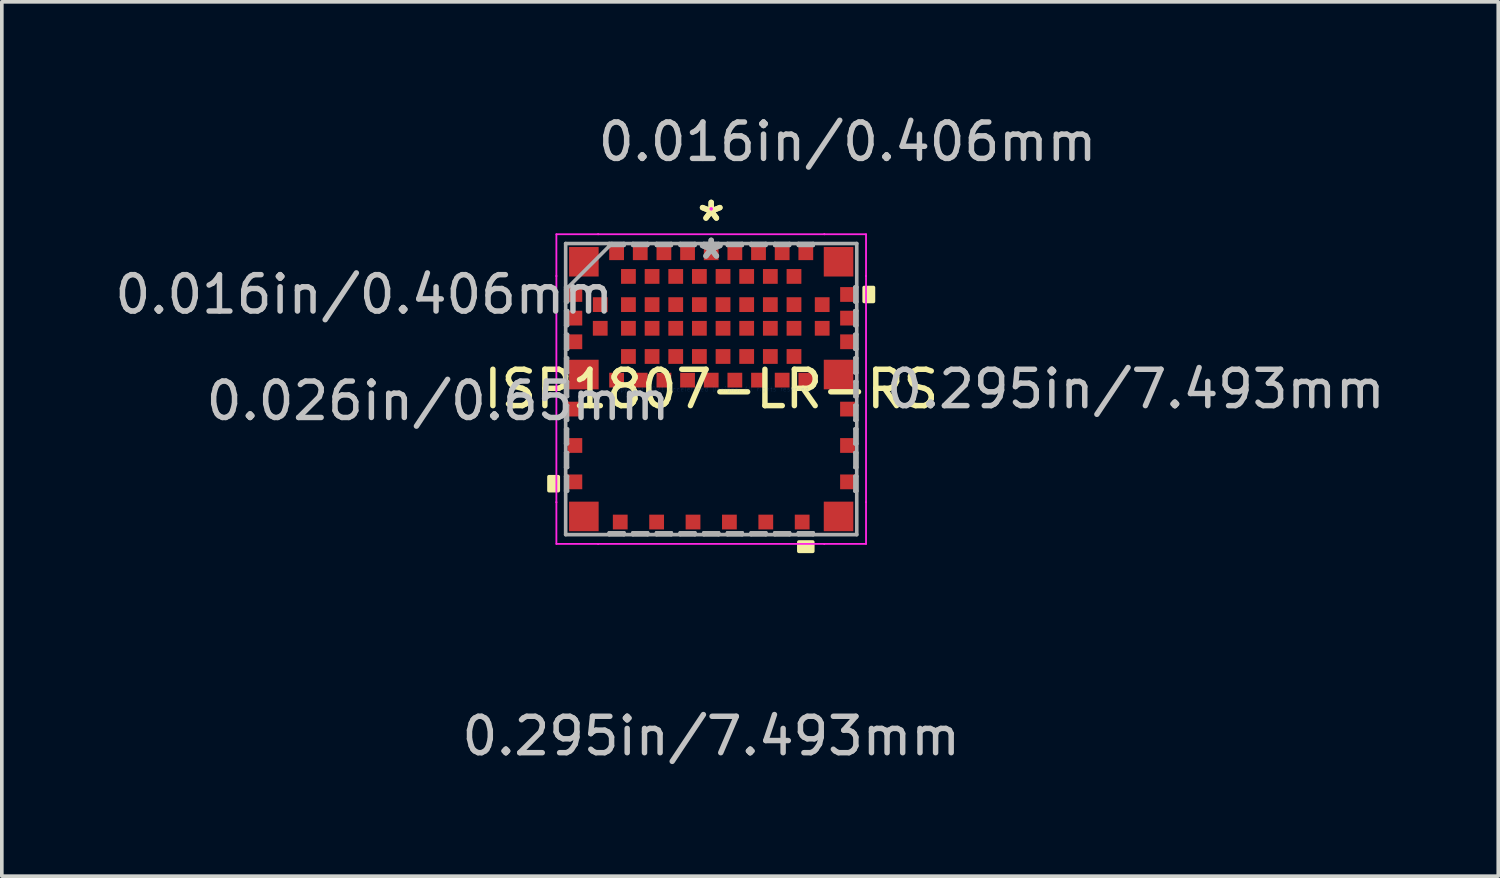
<source format=kicad_pcb>
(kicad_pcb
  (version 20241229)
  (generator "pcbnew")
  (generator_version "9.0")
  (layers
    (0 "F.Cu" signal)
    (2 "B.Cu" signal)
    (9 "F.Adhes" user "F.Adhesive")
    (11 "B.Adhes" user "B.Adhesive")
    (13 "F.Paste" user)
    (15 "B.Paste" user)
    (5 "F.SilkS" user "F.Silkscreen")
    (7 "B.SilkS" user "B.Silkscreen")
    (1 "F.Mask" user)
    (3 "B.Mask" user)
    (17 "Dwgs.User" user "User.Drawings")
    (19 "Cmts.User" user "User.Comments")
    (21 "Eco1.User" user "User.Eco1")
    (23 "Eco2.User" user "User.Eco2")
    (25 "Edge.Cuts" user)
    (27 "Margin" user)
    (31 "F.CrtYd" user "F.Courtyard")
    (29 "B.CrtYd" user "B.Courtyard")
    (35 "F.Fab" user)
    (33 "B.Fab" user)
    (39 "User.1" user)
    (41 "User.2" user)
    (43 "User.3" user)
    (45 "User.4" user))
  (footprint "ISP1807-LR-RS"
    (layer "F.Cu")
    (at 16.496 7.643)
    (property "Reference" "ISP1807-LR-RS" (at 0 0 0) (layer "F.SilkS") (effects (font (size 1 1) (thickness 0.15))))
    (attr through_hole)
    (fp_poly (pts (xy -4.458 2.409) (xy -4.458 2.791) (xy -4.204 2.791) (xy -4.204 2.409)) (stroke (width 0.1) (type solid)) (fill yes) (layer "F.SilkS"))
    (fp_poly (pts (xy 2.409 4.204) (xy 2.409 4.458) (xy 2.791 4.458) (xy 2.791 4.204)) (stroke (width 0.1) (type solid)) (fill yes) (layer "F.SilkS"))
    (fp_poly (pts (xy 4.458 -2.791) (xy 4.458 -2.409) (xy 4.204 -2.409) (xy 4.204 -2.791)) (stroke (width 0.1) (type solid)) (fill yes) (layer "F.SilkS"))
    (fp_line (start -4.255 -4.255) (end -3.108 -4.255) (stroke (width 0.05) (type solid)) (layer "F.CrtYd"))
    (fp_line (start -4.255 -3.108) (end -4.255 -4.255) (stroke (width 0.05) (type solid)) (layer "F.CrtYd"))
    (fp_line (start -4.255 -3.108) (end -4.255 -3.108) (stroke (width 0.05) (type solid)) (layer "F.CrtYd"))
    (fp_line (start -4.255 3.108) (end -4.255 -3.108) (stroke (width 0.05) (type solid)) (layer "F.CrtYd"))
    (fp_line (start -4.255 3.108) (end -4.255 3.108) (stroke (width 0.05) (type solid)) (layer "F.CrtYd"))
    (fp_line (start -4.255 4.255) (end -4.255 3.108) (stroke (width 0.05) (type solid)) (layer "F.CrtYd"))
    (fp_line (start -3.108 -4.255) (end -3.108 -4.255) (stroke (width 0.05) (type solid)) (layer "F.CrtYd"))
    (fp_line (start -3.108 -4.255) (end 3.108 -4.255) (stroke (width 0.05) (type solid)) (layer "F.CrtYd"))
    (fp_line (start -3.108 4.255) (end -4.255 4.255) (stroke (width 0.05) (type solid)) (layer "F.CrtYd"))
    (fp_line (start -3.108 4.255) (end -3.108 4.255) (stroke (width 0.05) (type solid)) (layer "F.CrtYd"))
    (fp_line (start 3.108 -4.255) (end 3.108 -4.255) (stroke (width 0.05) (type solid)) (layer "F.CrtYd"))
    (fp_line (start 3.108 -4.255) (end 4.255 -4.255) (stroke (width 0.05) (type solid)) (layer "F.CrtYd"))
    (fp_line (start 3.108 4.255) (end -3.108 4.255) (stroke (width 0.05) (type solid)) (layer "F.CrtYd"))
    (fp_line (start 3.108 4.255) (end 3.108 4.255) (stroke (width 0.05) (type solid)) (layer "F.CrtYd"))
    (fp_line (start 4.255 -4.255) (end 4.255 -3.108) (stroke (width 0.05) (type solid)) (layer "F.CrtYd"))
    (fp_line (start 4.255 -3.108) (end 4.255 -3.108) (stroke (width 0.05) (type solid)) (layer "F.CrtYd"))
    (fp_line (start 4.255 -3.108) (end 4.255 3.108) (stroke (width 0.05) (type solid)) (layer "F.CrtYd"))
    (fp_line (start 4.255 3.108) (end 4.255 3.108) (stroke (width 0.05) (type solid)) (layer "F.CrtYd"))
    (fp_line (start 4.255 3.108) (end 4.255 4.255) (stroke (width 0.05) (type solid)) (layer "F.CrtYd"))
    (fp_line (start 4.255 4.255) (end 3.108 4.255) (stroke (width 0.05) (type solid)) (layer "F.CrtYd"))
    (fp_circle (center 0 -4.953) (end 0 -4.953) (stroke (width 0.05) (type solid)) (fill no) (layer "F.CrtYd"))
    (fp_line (start -4 -4) (end -4 4) (stroke (width 0.1) (type solid)) (layer "F.Fab"))
    (fp_line (start -4 -2.803) (end -3.95 -2.803) (stroke (width 0.1) (type solid)) (layer "F.Fab"))
    (fp_line (start -4 -2.731) (end -2.731 -4) (stroke (width 0.1) (type solid)) (layer "F.Fab"))
    (fp_line (start -4 -2.397) (end -4 -2.803) (stroke (width 0.1) (type solid)) (layer "F.Fab"))
    (fp_line (start -4 -2.153) (end -3.95 -2.153) (stroke (width 0.1) (type solid)) (layer "F.Fab"))
    (fp_line (start -4 -1.747) (end -4 -2.153) (stroke (width 0.1) (type solid)) (layer "F.Fab"))
    (fp_line (start -4 -1.503) (end -3.95 -1.503) (stroke (width 0.1) (type solid)) (layer "F.Fab"))
    (fp_line (start -4 -1.097) (end -4 -1.503) (stroke (width 0.1) (type solid)) (layer "F.Fab"))
    (fp_line (start -4 -0.853) (end -3.95 -0.853) (stroke (width 0.1) (type solid)) (layer "F.Fab"))
    (fp_line (start -4 -0.447) (end -4 -0.853) (stroke (width 0.1) (type solid)) (layer "F.Fab"))
    (fp_line (start -4 -0.203) (end -3.95 -0.203) (stroke (width 0.1) (type solid)) (layer "F.Fab"))
    (fp_line (start -4 0.203) (end -4 -0.203) (stroke (width 0.1) (type solid)) (layer "F.Fab"))
    (fp_line (start -4 0.447) (end -3.95 0.447) (stroke (width 0.1) (type solid)) (layer "F.Fab"))
    (fp_line (start -4 0.853) (end -4 0.447) (stroke (width 0.1) (type solid)) (layer "F.Fab"))
    (fp_line (start -4 1.097) (end -3.95 1.097) (stroke (width 0.1) (type solid)) (layer "F.Fab"))
    (fp_line (start -4 1.503) (end -4 1.097) (stroke (width 0.1) (type solid)) (layer "F.Fab"))
    (fp_line (start -4 1.747) (end -3.95 1.747) (stroke (width 0.1) (type solid)) (layer "F.Fab"))
    (fp_line (start -4 2.153) (end -4 1.747) (stroke (width 0.1) (type solid)) (layer "F.Fab"))
    (fp_line (start -4 2.397) (end -3.95 2.397) (stroke (width 0.1) (type solid)) (layer "F.Fab"))
    (fp_line (start -4 2.803) (end -4 2.397) (stroke (width 0.1) (type solid)) (layer "F.Fab"))
    (fp_line (start -4 4) (end 4 4) (stroke (width 0.1) (type solid)) (layer "F.Fab"))
    (fp_line (start -3.95 -2.803) (end -3.95 -2.397) (stroke (width 0.1) (type solid)) (layer "F.Fab"))
    (fp_line (start -3.95 -2.397) (end -4 -2.397) (stroke (width 0.1) (type solid)) (layer "F.Fab"))
    (fp_line (start -3.95 -2.153) (end -3.95 -1.747) (stroke (width 0.1) (type solid)) (layer "F.Fab"))
    (fp_line (start -3.95 -1.747) (end -4 -1.747) (stroke (width 0.1) (type solid)) (layer "F.Fab"))
    (fp_line (start -3.95 -1.503) (end -3.95 -1.097) (stroke (width 0.1) (type solid)) (layer "F.Fab"))
    (fp_line (start -3.95 -1.097) (end -4 -1.097) (stroke (width 0.1) (type solid)) (layer "F.Fab"))
    (fp_line (start -3.95 -0.853) (end -3.95 -0.447) (stroke (width 0.1) (type solid)) (layer "F.Fab"))
    (fp_line (start -3.95 -0.447) (end -4 -0.447) (stroke (width 0.1) (type solid)) (layer "F.Fab"))
    (fp_line (start -3.95 -0.203) (end -3.95 0.203) (stroke (width 0.1) (type solid)) (layer "F.Fab"))
    (fp_line (start -3.95 0.203) (end -4 0.203) (stroke (width 0.1) (type solid)) (layer "F.Fab"))
    (fp_line (start -3.95 0.447) (end -3.95 0.853) (stroke (width 0.1) (type solid)) (layer "F.Fab"))
    (fp_line (start -3.95 0.853) (end -4 0.853) (stroke (width 0.1) (type solid)) (layer "F.Fab"))
    (fp_line (start -3.95 1.097) (end -3.95 1.503) (stroke (width 0.1) (type solid)) (layer "F.Fab"))
    (fp_line (start -3.95 1.503) (end -4 1.503) (stroke (width 0.1) (type solid)) (layer "F.Fab"))
    (fp_line (start -3.95 1.747) (end -3.95 2.153) (stroke (width 0.1) (type solid)) (layer "F.Fab"))
    (fp_line (start -3.95 2.153) (end -4 2.153) (stroke (width 0.1) (type solid)) (layer "F.Fab"))
    (fp_line (start -3.95 2.397) (end -3.95 2.803) (stroke (width 0.1) (type solid)) (layer "F.Fab"))
    (fp_line (start -3.95 2.803) (end -4 2.803) (stroke (width 0.1) (type solid)) (layer "F.Fab"))
    (fp_line (start -2.803 -4) (end -2.397 -4) (stroke (width 0.1) (type solid)) (layer "F.Fab"))
    (fp_line (start -2.803 -3.95) (end -2.803 -4) (stroke (width 0.1) (type solid)) (layer "F.Fab"))
    (fp_line (start -2.803 3.95) (end -2.397 3.95) (stroke (width 0.1) (type solid)) (layer "F.Fab"))
    (fp_line (start -2.803 4) (end -2.803 3.95) (stroke (width 0.1) (type solid)) (layer "F.Fab"))
    (fp_line (start -2.397 -4) (end -2.397 -3.95) (stroke (width 0.1) (type solid)) (layer "F.Fab"))
    (fp_line (start -2.397 -3.95) (end -2.803 -3.95) (stroke (width 0.1) (type solid)) (layer "F.Fab"))
    (fp_line (start -2.397 3.95) (end -2.397 4) (stroke (width 0.1) (type solid)) (layer "F.Fab"))
    (fp_line (start -2.397 4) (end -2.803 4) (stroke (width 0.1) (type solid)) (layer "F.Fab"))
    (fp_line (start -2.153 -4) (end -1.747 -4) (stroke (width 0.1) (type solid)) (layer "F.Fab"))
    (fp_line (start -2.153 -3.95) (end -2.153 -4) (stroke (width 0.1) (type solid)) (layer "F.Fab"))
    (fp_line (start -2.153 3.95) (end -1.747 3.95) (stroke (width 0.1) (type solid)) (layer "F.Fab"))
    (fp_line (start -2.153 4) (end -2.153 3.95) (stroke (width 0.1) (type solid)) (layer "F.Fab"))
    (fp_line (start -1.747 -4) (end -1.747 -3.95) (stroke (width 0.1) (type solid)) (layer "F.Fab"))
    (fp_line (start -1.747 -3.95) (end -2.153 -3.95) (stroke (width 0.1) (type solid)) (layer "F.Fab"))
    (fp_line (start -1.747 3.95) (end -1.747 4) (stroke (width 0.1) (type solid)) (layer "F.Fab"))
    (fp_line (start -1.747 4) (end -2.153 4) (stroke (width 0.1) (type solid)) (layer "F.Fab"))
    (fp_line (start -1.503 -4) (end -1.097 -4) (stroke (width 0.1) (type solid)) (layer "F.Fab"))
    (fp_line (start -1.503 -3.95) (end -1.503 -4) (stroke (width 0.1) (type solid)) (layer "F.Fab"))
    (fp_line (start -1.503 3.95) (end -1.097 3.95) (stroke (width 0.1) (type solid)) (layer "F.Fab"))
    (fp_line (start -1.503 4) (end -1.503 3.95) (stroke (width 0.1) (type solid)) (layer "F.Fab"))
    (fp_line (start -1.097 -4) (end -1.097 -3.95) (stroke (width 0.1) (type solid)) (layer "F.Fab"))
    (fp_line (start -1.097 -3.95) (end -1.503 -3.95) (stroke (width 0.1) (type solid)) (layer "F.Fab"))
    (fp_line (start -1.097 3.95) (end -1.097 4) (stroke (width 0.1) (type solid)) (layer "F.Fab"))
    (fp_line (start -1.097 4) (end -1.503 4) (stroke (width 0.1) (type solid)) (layer "F.Fab"))
    (fp_line (start -0.853 -4) (end -0.447 -4) (stroke (width 0.1) (type solid)) (layer "F.Fab"))
    (fp_line (start -0.853 -3.95) (end -0.853 -4) (stroke (width 0.1) (type solid)) (layer "F.Fab"))
    (fp_line (start -0.853 3.95) (end -0.447 3.95) (stroke (width 0.1) (type solid)) (layer "F.Fab"))
    (fp_line (start -0.853 4) (end -0.853 3.95) (stroke (width 0.1) (type solid)) (layer "F.Fab"))
    (fp_line (start -0.447 -4) (end -0.447 -3.95) (stroke (width 0.1) (type solid)) (layer "F.Fab"))
    (fp_line (start -0.447 -3.95) (end -0.853 -3.95) (stroke (width 0.1) (type solid)) (layer "F.Fab"))
    (fp_line (start -0.447 3.95) (end -0.447 4) (stroke (width 0.1) (type solid)) (layer "F.Fab"))
    (fp_line (start -0.447 4) (end -0.853 4) (stroke (width 0.1) (type solid)) (layer "F.Fab"))
    (fp_line (start -0.203 -4) (end 0.203 -4) (stroke (width 0.1) (type solid)) (layer "F.Fab"))
    (fp_line (start -0.203 -3.95) (end -0.203 -4) (stroke (width 0.1) (type solid)) (layer "F.Fab"))
    (fp_line (start -0.203 3.95) (end 0.203 3.95) (stroke (width 0.1) (type solid)) (layer "F.Fab"))
    (fp_line (start -0.203 4) (end -0.203 3.95) (stroke (width 0.1) (type solid)) (layer "F.Fab"))
    (fp_line (start 0.203 -4) (end 0.203 -3.95) (stroke (width 0.1) (type solid)) (layer "F.Fab"))
    (fp_line (start 0.203 -3.95) (end -0.203 -3.95) (stroke (width 0.1) (type solid)) (layer "F.Fab"))
    (fp_line (start 0.203 3.95) (end 0.203 4) (stroke (width 0.1) (type solid)) (layer "F.Fab"))
    (fp_line (start 0.203 4) (end -0.203 4) (stroke (width 0.1) (type solid)) (layer "F.Fab"))
    (fp_line (start 0.447 -4) (end 0.853 -4) (stroke (width 0.1) (type solid)) (layer "F.Fab"))
    (fp_line (start 0.447 -3.95) (end 0.447 -4) (stroke (width 0.1) (type solid)) (layer "F.Fab"))
    (fp_line (start 0.447 3.95) (end 0.853 3.95) (stroke (width 0.1) (type solid)) (layer "F.Fab"))
    (fp_line (start 0.447 4) (end 0.447 3.95) (stroke (width 0.1) (type solid)) (layer "F.Fab"))
    (fp_line (start 0.853 -4) (end 0.853 -3.95) (stroke (width 0.1) (type solid)) (layer "F.Fab"))
    (fp_line (start 0.853 -3.95) (end 0.447 -3.95) (stroke (width 0.1) (type solid)) (layer "F.Fab"))
    (fp_line (start 0.853 3.95) (end 0.853 4) (stroke (width 0.1) (type solid)) (layer "F.Fab"))
    (fp_line (start 0.853 4) (end 0.447 4) (stroke (width 0.1) (type solid)) (layer "F.Fab"))
    (fp_line (start 1.097 -4) (end 1.503 -4) (stroke (width 0.1) (type solid)) (layer "F.Fab"))
    (fp_line (start 1.097 -3.95) (end 1.097 -4) (stroke (width 0.1) (type solid)) (layer "F.Fab"))
    (fp_line (start 1.097 3.95) (end 1.503 3.95) (stroke (width 0.1) (type solid)) (layer "F.Fab"))
    (fp_line (start 1.097 4) (end 1.097 3.95) (stroke (width 0.1) (type solid)) (layer "F.Fab"))
    (fp_line (start 1.503 -4) (end 1.503 -3.95) (stroke (width 0.1) (type solid)) (layer "F.Fab"))
    (fp_line (start 1.503 -3.95) (end 1.097 -3.95) (stroke (width 0.1) (type solid)) (layer "F.Fab"))
    (fp_line (start 1.503 3.95) (end 1.503 4) (stroke (width 0.1) (type solid)) (layer "F.Fab"))
    (fp_line (start 1.503 4) (end 1.097 4) (stroke (width 0.1) (type solid)) (layer "F.Fab"))
    (fp_line (start 1.747 -4) (end 2.153 -4) (stroke (width 0.1) (type solid)) (layer "F.Fab"))
    (fp_line (start 1.747 -3.95) (end 1.747 -4) (stroke (width 0.1) (type solid)) (layer "F.Fab"))
    (fp_line (start 1.747 3.95) (end 2.153 3.95) (stroke (width 0.1) (type solid)) (layer "F.Fab"))
    (fp_line (start 1.747 4) (end 1.747 3.95) (stroke (width 0.1) (type solid)) (layer "F.Fab"))
    (fp_line (start 2.153 -4) (end 2.153 -3.95) (stroke (width 0.1) (type solid)) (layer "F.Fab"))
    (fp_line (start 2.153 -3.95) (end 1.747 -3.95) (stroke (width 0.1) (type solid)) (layer "F.Fab"))
    (fp_line (start 2.153 3.95) (end 2.153 4) (stroke (width 0.1) (type solid)) (layer "F.Fab"))
    (fp_line (start 2.153 4) (end 1.747 4) (stroke (width 0.1) (type solid)) (layer "F.Fab"))
    (fp_line (start 2.397 -4) (end 2.803 -4) (stroke (width 0.1) (type solid)) (layer "F.Fab"))
    (fp_line (start 2.397 -3.95) (end 2.397 -4) (stroke (width 0.1) (type solid)) (layer "F.Fab"))
    (fp_line (start 2.397 3.95) (end 2.803 3.95) (stroke (width 0.1) (type solid)) (layer "F.Fab"))
    (fp_line (start 2.397 4) (end 2.397 3.95) (stroke (width 0.1) (type solid)) (layer "F.Fab"))
    (fp_line (start 2.803 -4) (end 2.803 -3.95) (stroke (width 0.1) (type solid)) (layer "F.Fab"))
    (fp_line (start 2.803 -3.95) (end 2.397 -3.95) (stroke (width 0.1) (type solid)) (layer "F.Fab"))
    (fp_line (start 2.803 3.95) (end 2.803 4) (stroke (width 0.1) (type solid)) (layer "F.Fab"))
    (fp_line (start 2.803 4) (end 2.397 4) (stroke (width 0.1) (type solid)) (layer "F.Fab"))
    (fp_line (start 3.95 -2.803) (end 4 -2.803) (stroke (width 0.1) (type solid)) (layer "F.Fab"))
    (fp_line (start 3.95 -2.397) (end 3.95 -2.803) (stroke (width 0.1) (type solid)) (layer "F.Fab"))
    (fp_line (start 3.95 -2.153) (end 4 -2.153) (stroke (width 0.1) (type solid)) (layer "F.Fab"))
    (fp_line (start 3.95 -1.747) (end 3.95 -2.153) (stroke (width 0.1) (type solid)) (layer "F.Fab"))
    (fp_line (start 3.95 -1.503) (end 4 -1.503) (stroke (width 0.1) (type solid)) (layer "F.Fab"))
    (fp_line (start 3.95 -1.097) (end 3.95 -1.503) (stroke (width 0.1) (type solid)) (layer "F.Fab"))
    (fp_line (start 3.95 -0.853) (end 4 -0.853) (stroke (width 0.1) (type solid)) (layer "F.Fab"))
    (fp_line (start 3.95 -0.447) (end 3.95 -0.853) (stroke (width 0.1) (type solid)) (layer "F.Fab"))
    (fp_line (start 3.95 -0.203) (end 4 -0.203) (stroke (width 0.1) (type solid)) (layer "F.Fab"))
    (fp_line (start 3.95 0.203) (end 3.95 -0.203) (stroke (width 0.1) (type solid)) (layer "F.Fab"))
    (fp_line (start 3.95 0.447) (end 4 0.447) (stroke (width 0.1) (type solid)) (layer "F.Fab"))
    (fp_line (start 3.95 0.853) (end 3.95 0.447) (stroke (width 0.1) (type solid)) (layer "F.Fab"))
    (fp_line (start 3.95 1.097) (end 4 1.097) (stroke (width 0.1) (type solid)) (layer "F.Fab"))
    (fp_line (start 3.95 1.503) (end 3.95 1.097) (stroke (width 0.1) (type solid)) (layer "F.Fab"))
    (fp_line (start 3.95 1.747) (end 4 1.747) (stroke (width 0.1) (type solid)) (layer "F.Fab"))
    (fp_line (start 3.95 2.153) (end 3.95 1.747) (stroke (width 0.1) (type solid)) (layer "F.Fab"))
    (fp_line (start 3.95 2.397) (end 4 2.397) (stroke (width 0.1) (type solid)) (layer "F.Fab"))
    (fp_line (start 3.95 2.803) (end 3.95 2.397) (stroke (width 0.1) (type solid)) (layer "F.Fab"))
    (fp_line (start 4 -4) (end -4 -4) (stroke (width 0.1) (type solid)) (layer "F.Fab"))
    (fp_line (start 4 -2.803) (end 4 -2.397) (stroke (width 0.1) (type solid)) (layer "F.Fab"))
    (fp_line (start 4 -2.397) (end 3.95 -2.397) (stroke (width 0.1) (type solid)) (layer "F.Fab"))
    (fp_line (start 4 -2.153) (end 4 -1.747) (stroke (width 0.1) (type solid)) (layer "F.Fab"))
    (fp_line (start 4 -1.747) (end 3.95 -1.747) (stroke (width 0.1) (type solid)) (layer "F.Fab"))
    (fp_line (start 4 -1.503) (end 4 -1.097) (stroke (width 0.1) (type solid)) (layer "F.Fab"))
    (fp_line (start 4 -1.097) (end 3.95 -1.097) (stroke (width 0.1) (type solid)) (layer "F.Fab"))
    (fp_line (start 4 -0.853) (end 4 -0.447) (stroke (width 0.1) (type solid)) (layer "F.Fab"))
    (fp_line (start 4 -0.447) (end 3.95 -0.447) (stroke (width 0.1) (type solid)) (layer "F.Fab"))
    (fp_line (start 4 -0.203) (end 4 0.203) (stroke (width 0.1) (type solid)) (layer "F.Fab"))
    (fp_line (start 4 0.203) (end 3.95 0.203) (stroke (width 0.1) (type solid)) (layer "F.Fab"))
    (fp_line (start 4 0.447) (end 4 0.853) (stroke (width 0.1) (type solid)) (layer "F.Fab"))
    (fp_line (start 4 0.853) (end 3.95 0.853) (stroke (width 0.1) (type solid)) (layer "F.Fab"))
    (fp_line (start 4 1.097) (end 4 1.503) (stroke (width 0.1) (type solid)) (layer "F.Fab"))
    (fp_line (start 4 1.503) (end 3.95 1.503) (stroke (width 0.1) (type solid)) (layer "F.Fab"))
    (fp_line (start 4 1.747) (end 4 2.153) (stroke (width 0.1) (type solid)) (layer "F.Fab"))
    (fp_line (start 4 2.153) (end 3.95 2.153) (stroke (width 0.1) (type solid)) (layer "F.Fab"))
    (fp_line (start 4 2.397) (end 4 2.803) (stroke (width 0.1) (type solid)) (layer "F.Fab"))
    (fp_line (start 4 2.803) (end 3.95 2.803) (stroke (width 0.1) (type solid)) (layer "F.Fab"))
    (fp_line (start 4 4) (end 4 -4) (stroke (width 0.1) (type solid)) (layer "F.Fab"))
    (fp_text user "*" (at 0 -4.585 0) (layer "F.SilkS") (effects (font (size 1 1) (thickness 0.15))))
    (fp_text user "*" (at 0 -4.585 0) (layer "F.SilkS") (effects (font (size 1 1) (thickness 0.15))))
    (fp_text user "0.295in/7.493mm" (at 0 9.538 0) (layer "Dwgs.User") (effects (font (size 1 1) (thickness 0.15))))
    (fp_text user "0.016in/0.406mm" (at -9.538 -2.6 0) (layer "Dwgs.User") (effects (font (size 1 1) (thickness 0.15))))
    (fp_text user "0.026in/0.65mm" (at -7.506 0.325 0) (layer "Dwgs.User") (effects (font (size 1 1) (thickness 0.15))))
    (fp_text user "0.016in/0.406mm" (at 3.747 -6.795 0) (layer "Dwgs.User") (effects (font (size 1 1) (thickness 0.15))))
    (fp_text user "0.295in/7.493mm" (at 11.671 0 0) (layer "Dwgs.User") (effects (font (size 1 1) (thickness 0.15))))
    (fp_text user "Copyright 2021 Accelerated Designs. All rights reserved." (at 0 0 0) (layer "Cmts.User") (effects (font (size 0.127 0.127) (thickness 0.002))))
    (fp_text user "*" (at 0 -3.543 0) (layer "F.Fab") (effects (font (size 1 1) (thickness 0.15))))
    (fp_text user "*" (at 0 -3.543 0) (layer "F.Fab") (effects (font (size 1 1) (thickness 0.15))))
    (pad "1" smd rect (at -3.5 -3.5) (size 0.813 0.813) (layers "F.Cu" "F.Mask" "F.Paste"))
    (pad "2" smd rect (at -3.747 -2.6 90) (size 0.406 0.406) (layers "F.Cu" "F.Mask" "F.Paste"))
    (pad "3" smd rect (at -3.05 -2.321) (size 0.406 0.406) (layers "F.Cu" "F.Mask" "F.Paste"))
    (pad "4" smd rect (at -3.747 -1.95 90) (size 0.406 0.406) (layers "F.Cu" "F.Mask" "F.Paste"))
    (pad "5" smd rect (at -3.05 -1.671) (size 0.406 0.406) (layers "F.Cu" "F.Mask" "F.Paste"))
    (pad "6" smd rect (at -3.747 -1.3 90) (size 0.406 0.406) (layers "F.Cu" "F.Mask" "F.Paste"))
    (pad "7" smd rect (at -3.5 -0.4) (size 0.813 0.813) (layers "F.Cu" "F.Mask" "F.Paste"))
    (pad "8" smd rect (at -2.6 -0.246) (size 0.406 0.406) (layers "F.Cu" "F.Mask" "F.Paste"))
    (pad "9" smd rect (at -2.275 -0.896) (size 0.406 0.406) (layers "F.Cu" "F.Mask" "F.Paste"))
    (pad "10" smd rect (at -1.95 -0.246) (size 0.406 0.406) (layers "F.Cu" "F.Mask" "F.Paste"))
    (pad "11" smd rect (at -1.625 -0.896) (size 0.406 0.406) (layers "F.Cu" "F.Mask" "F.Paste"))
    (pad "12" smd rect (at -1.3 -0.246) (size 0.406 0.406) (layers "F.Cu" "F.Mask" "F.Paste"))
    (pad "13" smd rect (at -0.975 -0.896) (size 0.406 0.406) (layers "F.Cu" "F.Mask" "F.Paste"))
    (pad "14" smd rect (at -0.65 -0.246) (size 0.406 0.406) (layers "F.Cu" "F.Mask" "F.Paste"))
    (pad "15" smd rect (at -0.325 -0.896) (size 0.406 0.406) (layers "F.Cu" "F.Mask" "F.Paste"))
    (pad "16" smd rect (at 0 -0.246) (size 0.406 0.406) (layers "F.Cu" "F.Mask" "F.Paste"))
    (pad "17" smd rect (at 0.325 -0.896) (size 0.406 0.406) (layers "F.Cu" "F.Mask" "F.Paste"))
    (pad "18" smd rect (at 0.65 -0.246) (size 0.406 0.406) (layers "F.Cu" "F.Mask" "F.Paste"))
    (pad "19" smd rect (at 0.975 -0.896) (size 0.406 0.406) (layers "F.Cu" "F.Mask" "F.Paste"))
    (pad "20" smd rect (at 1.3 -0.246) (size 0.406 0.406) (layers "F.Cu" "F.Mask" "F.Paste"))
    (pad "21" smd rect (at 1.625 -0.896) (size 0.406 0.406) (layers "F.Cu" "F.Mask" "F.Paste"))
    (pad "22" smd rect (at 1.95 -0.246) (size 0.406 0.406) (layers "F.Cu" "F.Mask" "F.Paste"))
    (pad "23" smd rect (at 2.275 -0.896) (size 0.406 0.406) (layers "F.Cu" "F.Mask" "F.Paste"))
    (pad "24" smd rect (at 2.6 -0.246) (size 0.406 0.406) (layers "F.Cu" "F.Mask" "F.Paste"))
    (pad "25" smd rect (at 3.5 -0.4) (size 0.813 0.813) (layers "F.Cu" "F.Mask" "F.Paste"))
    (pad "26" smd rect (at 3.747 -1.3 90) (size 0.406 0.406) (layers "F.Cu" "F.Mask" "F.Paste"))
    (pad "27" smd rect (at 3.05 -1.671) (size 0.406 0.406) (layers "F.Cu" "F.Mask" "F.Paste"))
    (pad "28" smd rect (at 3.747 -1.95 90) (size 0.406 0.406) (layers "F.Cu" "F.Mask" "F.Paste"))
    (pad "29" smd rect (at 3.05 -2.321) (size 0.406 0.406) (layers "F.Cu" "F.Mask" "F.Paste"))
    (pad "30" smd rect (at 3.747 -2.6 90) (size 0.406 0.406) (layers "F.Cu" "F.Mask" "F.Paste"))
    (pad "31" smd rect (at 3.5 -3.5) (size 0.813 0.813) (layers "F.Cu" "F.Mask" "F.Paste"))
    (pad "32" smd rect (at 2.6 -3.747) (size 0.406 0.406) (layers "F.Cu" "F.Mask" "F.Paste"))
    (pad "33" smd rect (at 2.275 -3.096) (size 0.406 0.406) (layers "F.Cu" "F.Mask" "F.Paste"))
    (pad "34" smd rect (at 1.95 -3.747) (size 0.406 0.406) (layers "F.Cu" "F.Mask" "F.Paste"))
    (pad "35" smd rect (at 1.625 -3.096) (size 0.406 0.406) (layers "F.Cu" "F.Mask" "F.Paste"))
    (pad "36" smd rect (at 1.3 -3.747) (size 0.406 0.406) (layers "F.Cu" "F.Mask" "F.Paste"))
    (pad "37" smd rect (at 0.975 -3.096) (size 0.406 0.406) (layers "F.Cu" "F.Mask" "F.Paste"))
    (pad "38" smd rect (at 0.65 -3.747) (size 0.406 0.406) (layers "F.Cu" "F.Mask" "F.Paste"))
    (pad "39" smd rect (at 0.325 -3.096) (size 0.406 0.406) (layers "F.Cu" "F.Mask" "F.Paste"))
    (pad "40" smd rect (at 0 -3.747) (size 0.406 0.406) (layers "F.Cu" "F.Mask" "F.Paste"))
    (pad "41" smd rect (at -0.325 -3.096) (size 0.406 0.406) (layers "F.Cu" "F.Mask" "F.Paste"))
    (pad "42" smd rect (at -0.65 -3.747) (size 0.406 0.406) (layers "F.Cu" "F.Mask" "F.Paste"))
    (pad "43" smd rect (at -0.975 -3.096) (size 0.406 0.406) (layers "F.Cu" "F.Mask" "F.Paste"))
    (pad "44" smd rect (at -1.3 -3.747) (size 0.406 0.406) (layers "F.Cu" "F.Mask" "F.Paste"))
    (pad "45" smd rect (at -1.625 -3.096) (size 0.406 0.406) (layers "F.Cu" "F.Mask" "F.Paste"))
    (pad "46" smd rect (at -1.95 -3.747) (size 0.406 0.406) (layers "F.Cu" "F.Mask" "F.Paste"))
    (pad "47" smd rect (at -2.275 -3.096) (size 0.406 0.406) (layers "F.Cu" "F.Mask" "F.Paste"))
    (pad "48" smd rect (at -2.6 -3.747) (size 0.406 0.406) (layers "F.Cu" "F.Mask" "F.Paste"))
    (pad "49" smd rect (at 2.275 -2.321) (size 0.406 0.406) (layers "F.Cu" "F.Mask" "F.Paste"))
    (pad "50" smd rect (at 1.625 -2.321) (size 0.406 0.406) (layers "F.Cu" "F.Mask" "F.Paste"))
    (pad "51" smd rect (at 0.975 -2.321) (size 0.406 0.406) (layers "F.Cu" "F.Mask" "F.Paste"))
    (pad "52" smd rect (at 0.325 -2.321) (size 0.406 0.406) (layers "F.Cu" "F.Mask" "F.Paste"))
    (pad "53" smd rect (at -0.325 -2.321) (size 0.406 0.406) (layers "F.Cu" "F.Mask" "F.Paste"))
    (pad "54" smd rect (at -0.975 -2.321) (size 0.406 0.406) (layers "F.Cu" "F.Mask" "F.Paste"))
    (pad "55" smd rect (at -1.625 -2.321) (size 0.406 0.406) (layers "F.Cu" "F.Mask" "F.Paste"))
    (pad "56" smd rect (at -2.275 -2.321) (size 0.406 0.406) (layers "F.Cu" "F.Mask" "F.Paste"))
    (pad "57" smd rect (at 2.275 -1.671) (size 0.406 0.406) (layers "F.Cu" "F.Mask" "F.Paste"))
    (pad "58" smd rect (at 1.625 -1.671) (size 0.406 0.406) (layers "F.Cu" "F.Mask" "F.Paste"))
    (pad "59" smd rect (at 0.975 -1.671) (size 0.406 0.406) (layers "F.Cu" "F.Mask" "F.Paste"))
    (pad "60" smd rect (at 0.325 -1.671) (size 0.406 0.406) (layers "F.Cu" "F.Mask" "F.Paste"))
    (pad "61" smd rect (at -0.325 -1.671) (size 0.406 0.406) (layers "F.Cu" "F.Mask" "F.Paste"))
    (pad "62" smd rect (at -0.975 -1.671) (size 0.406 0.406) (layers "F.Cu" "F.Mask" "F.Paste"))
    (pad "63" smd rect (at -1.625 -1.671) (size 0.406 0.406) (layers "F.Cu" "F.Mask" "F.Paste"))
    (pad "64" smd rect (at -2.275 -1.671) (size 0.406 0.406) (layers "F.Cu" "F.Mask" "F.Paste"))
    (pad "65" smd rect (at -3.747 0.55 90) (size 0.406 0.406) (layers "F.Cu" "F.Mask" "F.Paste"))
    (pad "66" smd rect (at -3.747 1.55 90) (size 0.406 0.406) (layers "F.Cu" "F.Mask" "F.Paste"))
    (pad "67" smd rect (at -3.747 2.55 90) (size 0.406 0.406) (layers "F.Cu" "F.Mask" "F.Paste"))
    (pad "68" smd rect (at -3.5 3.5) (size 0.813 0.813) (layers "F.Cu" "F.Mask" "F.Paste"))
    (pad "69" smd rect (at -2.5 3.654) (size 0.406 0.406) (layers "F.Cu" "F.Mask" "F.Paste"))
    (pad "70" smd rect (at -1.5 3.654) (size 0.406 0.406) (layers "F.Cu" "F.Mask" "F.Paste"))
    (pad "71" smd rect (at -0.5 3.654) (size 0.406 0.406) (layers "F.Cu" "F.Mask" "F.Paste"))
    (pad "72" smd rect (at 0.5 3.654) (size 0.406 0.406) (layers "F.Cu" "F.Mask" "F.Paste"))
    (pad "73" smd rect (at 1.5 3.654) (size 0.406 0.406) (layers "F.Cu" "F.Mask" "F.Paste"))
    (pad "74" smd rect (at 2.5 3.654) (size 0.406 0.406) (layers "F.Cu" "F.Mask" "F.Paste"))
    (pad "75" smd rect (at 3.5 3.5) (size 0.813 0.813) (layers "F.Cu" "F.Mask" "F.Paste"))
    (pad "76" smd rect (at 3.746 2.55 90) (size 0.406 0.406) (layers "F.Cu" "F.Mask" "F.Paste"))
    (pad "77" smd rect (at 3.746 1.55 90) (size 0.406 0.406) (layers "F.Cu" "F.Mask" "F.Paste"))
    (pad "78" smd rect (at 3.746 0.55 90) (size 0.406 0.406) (layers "F.Cu" "F.Mask" "F.Paste")))
  (gr_rect
    (start -3 -3)
    (end 38.126 21.029)
    (stroke (width 0.1) (type default))
    (fill no)
    (layer "Edge.Cuts")))
</source>
